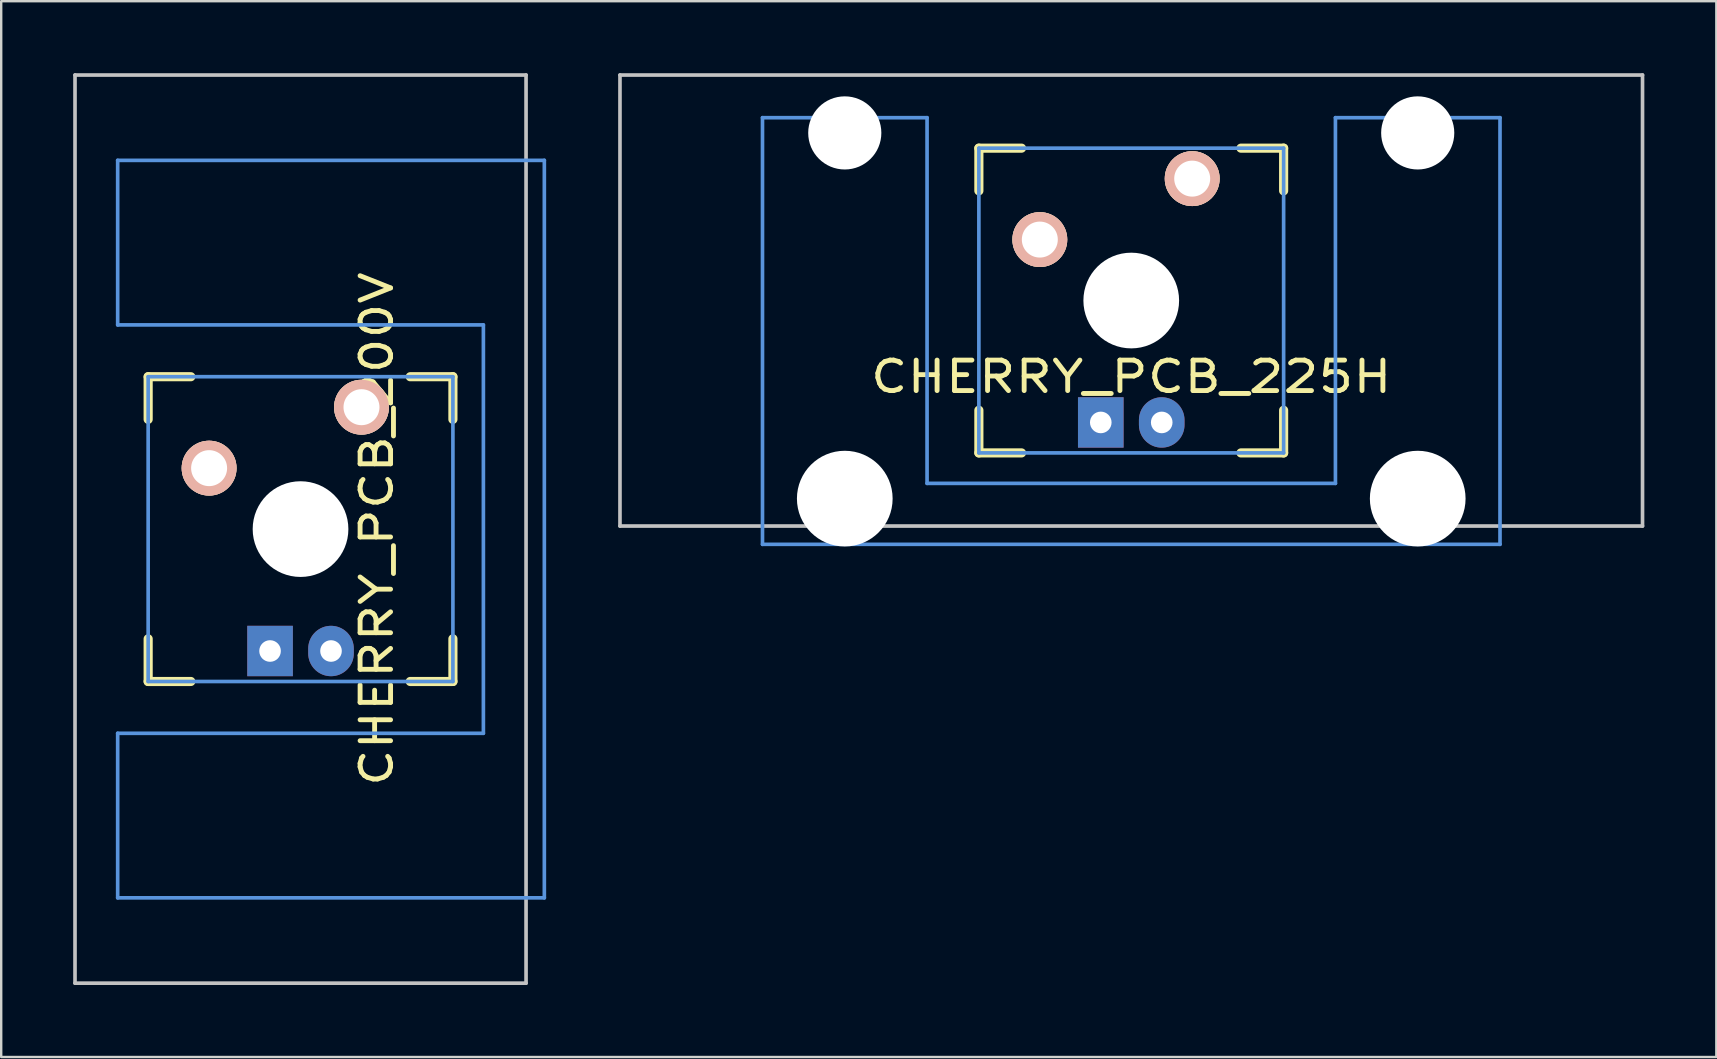
<source format=kicad_pcb>
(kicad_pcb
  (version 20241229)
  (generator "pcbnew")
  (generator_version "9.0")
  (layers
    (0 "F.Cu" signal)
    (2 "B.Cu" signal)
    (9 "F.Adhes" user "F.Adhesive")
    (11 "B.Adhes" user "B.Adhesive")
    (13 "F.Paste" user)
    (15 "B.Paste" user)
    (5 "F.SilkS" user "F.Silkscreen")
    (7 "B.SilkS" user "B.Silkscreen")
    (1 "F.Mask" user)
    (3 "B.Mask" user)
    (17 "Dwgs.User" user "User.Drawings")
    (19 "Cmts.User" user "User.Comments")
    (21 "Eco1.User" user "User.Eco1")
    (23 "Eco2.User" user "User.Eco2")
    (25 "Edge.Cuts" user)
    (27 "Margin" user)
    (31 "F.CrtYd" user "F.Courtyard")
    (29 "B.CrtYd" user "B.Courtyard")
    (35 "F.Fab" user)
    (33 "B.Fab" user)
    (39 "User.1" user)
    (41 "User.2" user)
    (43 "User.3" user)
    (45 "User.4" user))
  (footprint "CHERRY_PCB_225H"
    (layer "F.Cu")
    (at 44.092 9.474)
    (property "Reference" "CHERRY_PCB_225H" (at 0 3.175 0) (layer "F.SilkS") (effects (font (size 1.27 1.524) (thickness 0.203))))
    (attr through_hole)
    (fp_line (start -6.35 -6.35) (end -4.572 -6.35) (stroke (width 0.381) (type solid)) (layer "F.SilkS"))
    (fp_line (start -6.35 -4.572) (end -6.35 -6.35) (stroke (width 0.381) (type solid)) (layer "F.SilkS"))
    (fp_line (start -6.35 6.35) (end -6.35 4.572) (stroke (width 0.381) (type solid)) (layer "F.SilkS"))
    (fp_line (start -4.572 6.35) (end -6.35 6.35) (stroke (width 0.381) (type solid)) (layer "F.SilkS"))
    (fp_line (start 4.572 -6.35) (end 6.35 -6.35) (stroke (width 0.381) (type solid)) (layer "F.SilkS"))
    (fp_line (start 6.35 -6.35) (end 6.35 -4.572) (stroke (width 0.381) (type solid)) (layer "F.SilkS"))
    (fp_line (start 6.35 4.572) (end 6.35 6.35) (stroke (width 0.381) (type solid)) (layer "F.SilkS"))
    (fp_line (start 6.35 6.35) (end 4.572 6.35) (stroke (width 0.381) (type solid)) (layer "F.SilkS"))
    (fp_line (start -21.306 -9.398) (end 21.306 -9.398) (stroke (width 0.152) (type solid)) (layer "Dwgs.User"))
    (fp_line (start -21.306 9.398) (end -21.306 -9.398) (stroke (width 0.152) (type solid)) (layer "Dwgs.User"))
    (fp_line (start 21.306 -9.398) (end 21.306 9.398) (stroke (width 0.152) (type solid)) (layer "Dwgs.User"))
    (fp_line (start 21.306 9.398) (end -21.306 9.398) (stroke (width 0.152) (type solid)) (layer "Dwgs.User"))
    (fp_line (start -15.367 -7.62) (end -15.367 10.16) (stroke (width 0.152) (type solid)) (layer "Cmts.User"))
    (fp_line (start -15.367 10.16) (end 15.367 10.16) (stroke (width 0.152) (type solid)) (layer "Cmts.User"))
    (fp_line (start -8.509 -7.62) (end -15.367 -7.62) (stroke (width 0.152) (type solid)) (layer "Cmts.User"))
    (fp_line (start -8.509 7.62) (end -8.509 -7.62) (stroke (width 0.152) (type solid)) (layer "Cmts.User"))
    (fp_line (start -6.35 -6.35) (end 6.35 -6.35) (stroke (width 0.152) (type solid)) (layer "Cmts.User"))
    (fp_line (start -6.35 6.35) (end -6.35 -6.35) (stroke (width 0.152) (type solid)) (layer "Cmts.User"))
    (fp_line (start 6.35 -6.35) (end 6.35 6.35) (stroke (width 0.152) (type solid)) (layer "Cmts.User"))
    (fp_line (start 6.35 6.35) (end -6.35 6.35) (stroke (width 0.152) (type solid)) (layer "Cmts.User"))
    (fp_line (start 8.509 -7.62) (end 8.509 7.62) (stroke (width 0.152) (type solid)) (layer "Cmts.User"))
    (fp_line (start 8.509 7.62) (end -8.509 7.62) (stroke (width 0.152) (type solid)) (layer "Cmts.User"))
    (fp_line (start 15.367 -7.62) (end 8.509 -7.62) (stroke (width 0.152) (type solid)) (layer "Cmts.User"))
    (fp_line (start 15.367 10.16) (end 15.367 -7.62) (stroke (width 0.152) (type solid)) (layer "Cmts.User"))
    (fp_line (start -16.129 -2.286) (end -15.265 -2.286) (stroke (width 0.152) (type solid)) (layer "Eco2.User"))
    (fp_line (start -16.129 0.508) (end -16.129 -2.286) (stroke (width 0.152) (type solid)) (layer "Eco2.User"))
    (fp_line (start -15.265 -5.69) (end -8.611 -5.69) (stroke (width 0.152) (type solid)) (layer "Eco2.User"))
    (fp_line (start -15.265 -2.286) (end -15.265 -5.69) (stroke (width 0.152) (type solid)) (layer "Eco2.User"))
    (fp_line (start -15.265 0.508) (end -16.129 0.508) (stroke (width 0.152) (type solid)) (layer "Eco2.User"))
    (fp_line (start -15.265 6.604) (end -15.265 0.508) (stroke (width 0.152) (type solid)) (layer "Eco2.User"))
    (fp_line (start -14.224 6.604) (end -15.265 6.604) (stroke (width 0.152) (type solid)) (layer "Eco2.User"))
    (fp_line (start -14.224 7.772) (end -14.224 6.604) (stroke (width 0.152) (type solid)) (layer "Eco2.User"))
    (fp_line (start -9.652 6.604) (end -9.652 7.772) (stroke (width 0.152) (type solid)) (layer "Eco2.User"))
    (fp_line (start -9.652 7.772) (end -14.224 7.772) (stroke (width 0.152) (type solid)) (layer "Eco2.User"))
    (fp_line (start -8.611 -5.69) (end -8.611 -4.877) (stroke (width 0.152) (type solid)) (layer "Eco2.User"))
    (fp_line (start -8.611 -4.877) (end -6.985 -4.877) (stroke (width 0.152) (type solid)) (layer "Eco2.User"))
    (fp_line (start -8.611 5.817) (end -8.611 6.604) (stroke (width 0.152) (type solid)) (layer "Eco2.User"))
    (fp_line (start -8.611 6.604) (end -9.652 6.604) (stroke (width 0.152) (type solid)) (layer "Eco2.User"))
    (fp_line (start -6.985 -6.985) (end 6.985 -6.985) (stroke (width 0.152) (type solid)) (layer "Eco2.User"))
    (fp_line (start -6.985 -4.877) (end -6.985 -6.985) (stroke (width 0.152) (type solid)) (layer "Eco2.User"))
    (fp_line (start -6.985 5.817) (end -8.611 5.817) (stroke (width 0.152) (type solid)) (layer "Eco2.User"))
    (fp_line (start -6.985 6.985) (end -6.985 5.817) (stroke (width 0.152) (type solid)) (layer "Eco2.User"))
    (fp_line (start 6.985 -6.985) (end 6.985 -4.877) (stroke (width 0.152) (type solid)) (layer "Eco2.User"))
    (fp_line (start 6.985 -4.877) (end 8.611 -4.877) (stroke (width 0.152) (type solid)) (layer "Eco2.User"))
    (fp_line (start 6.985 5.817) (end 6.985 6.985) (stroke (width 0.152) (type solid)) (layer "Eco2.User"))
    (fp_line (start 6.985 6.985) (end -6.985 6.985) (stroke (width 0.152) (type solid)) (layer "Eco2.User"))
    (fp_line (start 8.611 -5.69) (end 15.265 -5.69) (stroke (width 0.152) (type solid)) (layer "Eco2.User"))
    (fp_line (start 8.611 -4.877) (end 8.611 -5.69) (stroke (width 0.152) (type solid)) (layer "Eco2.User"))
    (fp_line (start 8.611 5.817) (end 6.985 5.817) (stroke (width 0.152) (type solid)) (layer "Eco2.User"))
    (fp_line (start 8.611 6.604) (end 8.611 5.817) (stroke (width 0.152) (type solid)) (layer "Eco2.User"))
    (fp_line (start 9.652 6.604) (end 8.611 6.604) (stroke (width 0.152) (type solid)) (layer "Eco2.User"))
    (fp_line (start 9.652 7.772) (end 9.652 6.604) (stroke (width 0.152) (type solid)) (layer "Eco2.User"))
    (fp_line (start 14.224 6.604) (end 14.224 7.772) (stroke (width 0.152) (type solid)) (layer "Eco2.User"))
    (fp_line (start 14.224 7.772) (end 9.652 7.772) (stroke (width 0.152) (type solid)) (layer "Eco2.User"))
    (fp_line (start 15.265 -5.69) (end 15.265 -2.286) (stroke (width 0.152) (type solid)) (layer "Eco2.User"))
    (fp_line (start 15.265 -2.286) (end 16.129 -2.286) (stroke (width 0.152) (type solid)) (layer "Eco2.User"))
    (fp_line (start 15.265 0.508) (end 15.265 6.604) (stroke (width 0.152) (type solid)) (layer "Eco2.User"))
    (fp_line (start 15.265 6.604) (end 14.224 6.604) (stroke (width 0.152) (type solid)) (layer "Eco2.User"))
    (fp_line (start 16.129 -2.286) (end 16.129 0.508) (stroke (width 0.152) (type solid)) (layer "Eco2.User"))
    (fp_line (start 16.129 0.508) (end 15.265 0.508) (stroke (width 0.152) (type solid)) (layer "Eco2.User"))
    (pad "" np_thru_hole circle (at -11.938 -6.985) (size 3.048 3.048) (drill 3.048) (layers "*.Cu"))
    (pad "" np_thru_hole circle (at -11.938 8.255) (size 3.988 3.988) (drill 3.988) (layers "*.Cu"))
    (pad "" np_thru_hole circle (at 0 0) (size 3.988 3.988) (drill 3.988) (layers "*.Cu"))
    (pad "" np_thru_hole circle (at 11.938 -6.985) (size 3.048 3.048) (drill 3.048) (layers "*.Cu"))
    (pad "" np_thru_hole circle (at 11.938 8.255) (size 3.988 3.988) (drill 3.988) (layers "*.Cu"))
    (pad "1" thru_hole circle (at 2.54 -5.08) (size 2.286 2.286) (drill 1.499) (layers "*.Cu" "*.SilkS" "*.Mask"))
    (pad "2" thru_hole circle (at -3.81 -2.54) (size 2.286 2.286) (drill 1.499) (layers "*.Cu" "*.SilkS" "*.Mask"))
    (pad "3" thru_hole oval (at 1.27 5.08) (size 1.9 2.1) (drill 0.9) (layers "*.Cu" "*.Mask"))
    (pad "4" thru_hole rect (at -1.27 5.08) (size 1.9 2.1) (drill 0.9) (layers "*.Cu" "*.Mask")))
  (footprint "CHERRY_PCB_200V"
    (layer "F.Cu")
    (at 9.474 18.999)
    (property "Reference" "CHERRY_PCB_200V" (at 3.175 0 90) (layer "F.SilkS") (effects (font (size 1.27 1.524) (thickness 0.203))))
    (attr through_hole)
    (fp_line (start -6.35 -6.35) (end -4.572 -6.35) (stroke (width 0.381) (type solid)) (layer "F.SilkS"))
    (fp_line (start -6.35 -4.572) (end -6.35 -6.35) (stroke (width 0.381) (type solid)) (layer "F.SilkS"))
    (fp_line (start -6.35 6.35) (end -6.35 4.572) (stroke (width 0.381) (type solid)) (layer "F.SilkS"))
    (fp_line (start -4.572 6.35) (end -6.35 6.35) (stroke (width 0.381) (type solid)) (layer "F.SilkS"))
    (fp_line (start 4.572 -6.35) (end 6.35 -6.35) (stroke (width 0.381) (type solid)) (layer "F.SilkS"))
    (fp_line (start 6.35 -6.35) (end 6.35 -4.572) (stroke (width 0.381) (type solid)) (layer "F.SilkS"))
    (fp_line (start 6.35 4.572) (end 6.35 6.35) (stroke (width 0.381) (type solid)) (layer "F.SilkS"))
    (fp_line (start 6.35 6.35) (end 4.572 6.35) (stroke (width 0.381) (type solid)) (layer "F.SilkS"))
    (fp_line (start -9.398 -18.923) (end 9.398 -18.923) (stroke (width 0.152) (type solid)) (layer "Dwgs.User"))
    (fp_line (start -9.398 18.923) (end -9.398 -18.923) (stroke (width 0.152) (type solid)) (layer "Dwgs.User"))
    (fp_line (start 9.398 -18.923) (end 9.398 18.923) (stroke (width 0.152) (type solid)) (layer "Dwgs.User"))
    (fp_line (start 9.398 18.923) (end -9.398 18.923) (stroke (width 0.152) (type solid)) (layer "Dwgs.User"))
    (fp_line (start -7.62 -15.367) (end -7.62 -8.509) (stroke (width 0.152) (type solid)) (layer "Cmts.User"))
    (fp_line (start -7.62 -8.509) (end 7.62 -8.509) (stroke (width 0.152) (type solid)) (layer "Cmts.User"))
    (fp_line (start -7.62 8.509) (end -7.62 15.367) (stroke (width 0.152) (type solid)) (layer "Cmts.User"))
    (fp_line (start -7.62 15.367) (end 10.16 15.367) (stroke (width 0.152) (type solid)) (layer "Cmts.User"))
    (fp_line (start -6.35 -6.35) (end 6.35 -6.35) (stroke (width 0.152) (type solid)) (layer "Cmts.User"))
    (fp_line (start -6.35 6.35) (end -6.35 -6.35) (stroke (width 0.152) (type solid)) (layer "Cmts.User"))
    (fp_line (start 6.35 -6.35) (end 6.35 6.35) (stroke (width 0.152) (type solid)) (layer "Cmts.User"))
    (fp_line (start 6.35 6.35) (end -6.35 6.35) (stroke (width 0.152) (type solid)) (layer "Cmts.User"))
    (fp_line (start 7.62 -8.509) (end 7.62 8.509) (stroke (width 0.152) (type solid)) (layer "Cmts.User"))
    (fp_line (start 7.62 8.509) (end -7.62 8.509) (stroke (width 0.152) (type solid)) (layer "Cmts.User"))
    (fp_line (start 10.16 -15.367) (end -7.62 -15.367) (stroke (width 0.152) (type solid)) (layer "Cmts.User"))
    (fp_line (start 10.16 15.367) (end 10.16 -15.367) (stroke (width 0.152) (type solid)) (layer "Cmts.User"))
    (fp_line (start -6.985 -6.985) (end -4.877 -6.985) (stroke (width 0.152) (type solid)) (layer "Eco2.User"))
    (fp_line (start -6.985 6.985) (end -6.985 -6.985) (stroke (width 0.152) (type solid)) (layer "Eco2.User"))
    (fp_line (start -5.69 -15.265) (end -2.286 -15.265) (stroke (width 0.152) (type solid)) (layer "Eco2.User"))
    (fp_line (start -5.69 -8.611) (end -5.69 -15.265) (stroke (width 0.152) (type solid)) (layer "Eco2.User"))
    (fp_line (start -5.69 8.611) (end -4.877 8.611) (stroke (width 0.152) (type solid)) (layer "Eco2.User"))
    (fp_line (start -5.69 15.265) (end -5.69 8.611) (stroke (width 0.152) (type solid)) (layer "Eco2.User"))
    (fp_line (start -4.877 -8.611) (end -5.69 -8.611) (stroke (width 0.152) (type solid)) (layer "Eco2.User"))
    (fp_line (start -4.877 -6.985) (end -4.877 -8.611) (stroke (width 0.152) (type solid)) (layer "Eco2.User"))
    (fp_line (start -4.877 6.985) (end -6.985 6.985) (stroke (width 0.152) (type solid)) (layer "Eco2.User"))
    (fp_line (start -4.877 8.611) (end -4.877 6.985) (stroke (width 0.152) (type solid)) (layer "Eco2.User"))
    (fp_line (start -2.286 -16.129) (end 0.508 -16.129) (stroke (width 0.152) (type solid)) (layer "Eco2.User"))
    (fp_line (start -2.286 -15.265) (end -2.286 -16.129) (stroke (width 0.152) (type solid)) (layer "Eco2.User"))
    (fp_line (start -2.286 15.265) (end -5.69 15.265) (stroke (width 0.152) (type solid)) (layer "Eco2.User"))
    (fp_line (start -2.286 16.129) (end -2.286 15.265) (stroke (width 0.152) (type solid)) (layer "Eco2.User"))
    (fp_line (start 0.508 -16.129) (end 0.508 -15.265) (stroke (width 0.152) (type solid)) (layer "Eco2.User"))
    (fp_line (start 0.508 -15.265) (end 6.604 -15.265) (stroke (width 0.152) (type solid)) (layer "Eco2.User"))
    (fp_line (start 0.508 15.265) (end 0.508 16.129) (stroke (width 0.152) (type solid)) (layer "Eco2.User"))
    (fp_line (start 0.508 16.129) (end -2.286 16.129) (stroke (width 0.152) (type solid)) (layer "Eco2.User"))
    (fp_line (start 5.817 -8.611) (end 5.817 -6.985) (stroke (width 0.152) (type solid)) (layer "Eco2.User"))
    (fp_line (start 5.817 -6.985) (end 6.985 -6.985) (stroke (width 0.152) (type solid)) (layer "Eco2.User"))
    (fp_line (start 5.817 6.985) (end 5.817 8.611) (stroke (width 0.152) (type solid)) (layer "Eco2.User"))
    (fp_line (start 5.817 8.611) (end 6.604 8.611) (stroke (width 0.152) (type solid)) (layer "Eco2.User"))
    (fp_line (start 6.604 -15.265) (end 6.604 -14.224) (stroke (width 0.152) (type solid)) (layer "Eco2.User"))
    (fp_line (start 6.604 -14.224) (end 7.772 -14.224) (stroke (width 0.152) (type solid)) (layer "Eco2.User"))
    (fp_line (start 6.604 -9.652) (end 6.604 -8.611) (stroke (width 0.152) (type solid)) (layer "Eco2.User"))
    (fp_line (start 6.604 -8.611) (end 5.817 -8.611) (stroke (width 0.152) (type solid)) (layer "Eco2.User"))
    (fp_line (start 6.604 8.611) (end 6.604 9.652) (stroke (width 0.152) (type solid)) (layer "Eco2.User"))
    (fp_line (start 6.604 9.652) (end 7.772 9.652) (stroke (width 0.152) (type solid)) (layer "Eco2.User"))
    (fp_line (start 6.604 14.224) (end 6.604 15.265) (stroke (width 0.152) (type solid)) (layer "Eco2.User"))
    (fp_line (start 6.604 15.265) (end 0.508 15.265) (stroke (width 0.152) (type solid)) (layer "Eco2.User"))
    (fp_line (start 6.985 -6.985) (end 6.985 6.985) (stroke (width 0.152) (type solid)) (layer "Eco2.User"))
    (fp_line (start 6.985 6.985) (end 5.817 6.985) (stroke (width 0.152) (type solid)) (layer "Eco2.User"))
    (fp_line (start 7.772 -14.224) (end 7.772 -9.652) (stroke (width 0.152) (type solid)) (layer "Eco2.User"))
    (fp_line (start 7.772 -9.652) (end 6.604 -9.652) (stroke (width 0.152) (type solid)) (layer "Eco2.User"))
    (fp_line (start 7.772 9.652) (end 7.772 14.224) (stroke (width 0.152) (type solid)) (layer "Eco2.User"))
    (fp_line (start 7.772 14.224) (end 6.604 14.224) (stroke (width 0.152) (type solid)) (layer "Eco2.User"))
    (pad "" np_thru_hole circle (at 0 0 90) (size 3.988 3.988) (drill 3.988) (layers "*.Cu"))
    (pad "1" thru_hole circle (at 2.54 -5.08 90) (size 2.286 2.286) (drill 1.499) (layers "*.Cu" "*.SilkS" "*.Mask"))
    (pad "2" thru_hole circle (at -3.81 -2.54 90) (size 2.286 2.286) (drill 1.499) (layers "*.Cu" "*.SilkS" "*.Mask"))
    (pad "3" thru_hole oval (at 1.27 5.08) (size 1.9 2.1) (drill 0.9) (layers "*.Cu" "*.Mask"))
    (pad "4" thru_hole rect (at -1.27 5.08) (size 1.9 2.1) (drill 0.9) (layers "*.Cu" "*.Mask")))
  (gr_rect
    (start -3 -3)
    (end 68.474 40.998)
    (stroke (width 0.1) (type default))
    (fill no)
    (layer "Edge.Cuts")))
</source>
